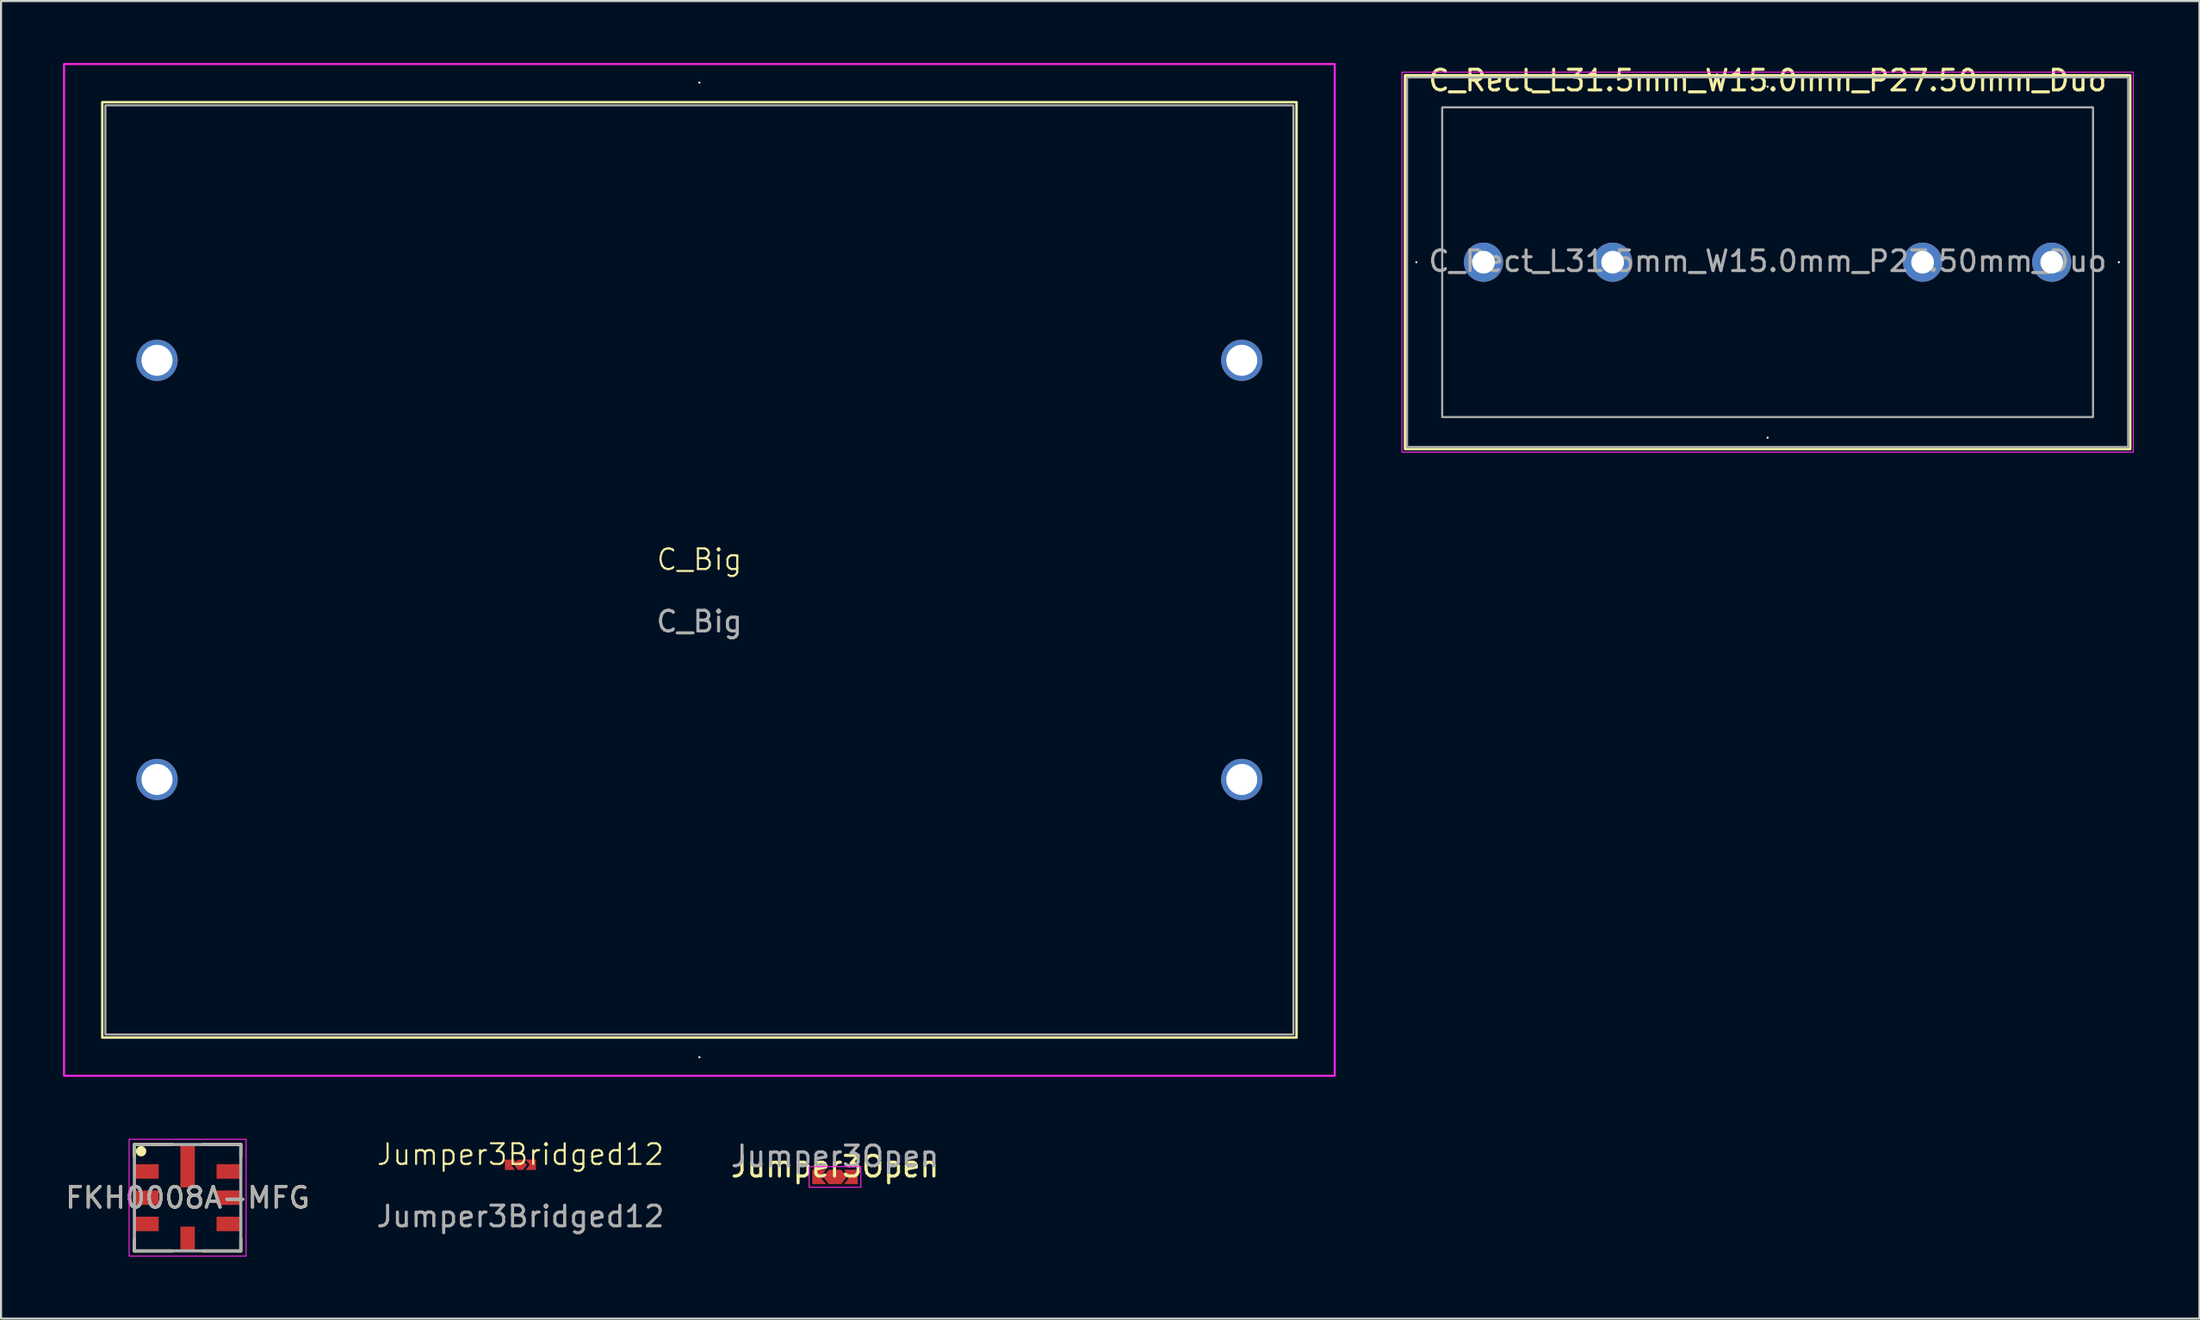
<source format=kicad_pcb>
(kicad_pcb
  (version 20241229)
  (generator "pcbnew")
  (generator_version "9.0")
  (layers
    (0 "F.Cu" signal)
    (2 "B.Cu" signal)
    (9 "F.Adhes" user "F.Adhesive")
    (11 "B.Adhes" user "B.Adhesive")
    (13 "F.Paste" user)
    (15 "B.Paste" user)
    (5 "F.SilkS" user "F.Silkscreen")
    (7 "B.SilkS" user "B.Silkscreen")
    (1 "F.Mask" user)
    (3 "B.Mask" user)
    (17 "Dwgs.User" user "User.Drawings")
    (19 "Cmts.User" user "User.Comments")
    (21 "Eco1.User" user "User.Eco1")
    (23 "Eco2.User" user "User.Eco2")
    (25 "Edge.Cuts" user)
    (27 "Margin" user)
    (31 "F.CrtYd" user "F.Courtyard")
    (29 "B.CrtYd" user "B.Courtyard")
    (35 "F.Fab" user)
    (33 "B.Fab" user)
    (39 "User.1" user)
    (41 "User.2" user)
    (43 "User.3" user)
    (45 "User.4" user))
  (footprint "FKH0008A-MFG"
    (layer "F.Cu")
    (at 6.03 54.955)
    (property "Reference" "FKH0008A-MFG" (at 0 0 0) (unlocked yes) (layer "F.SilkS") (effects (font (size 1 1) (thickness 0.15))))
    (attr smd)
    (fp_line (start -2.575 -2.575) (end -0.725 -2.575) (stroke (width 0.15) (type solid)) (layer "F.SilkS"))
    (fp_line (start -2.575 -1.995) (end -2.575 -2.575) (stroke (width 0.15) (type solid)) (layer "F.SilkS"))
    (fp_line (start -2.575 2.575) (end -2.575 1.995) (stroke (width 0.15) (type solid)) (layer "F.SilkS"))
    (fp_line (start -2.575 2.575) (end -0.725 2.575) (stroke (width 0.15) (type solid)) (layer "F.SilkS"))
    (fp_line (start 0.725 -2.575) (end 2.575 -2.575) (stroke (width 0.15) (type solid)) (layer "F.SilkS"))
    (fp_line (start 0.725 2.575) (end 2.575 2.575) (stroke (width 0.15) (type solid)) (layer "F.SilkS"))
    (fp_line (start 2.575 -1.995) (end 2.575 -2.575) (stroke (width 0.15) (type solid)) (layer "F.SilkS"))
    (fp_line (start 2.575 2.575) (end 2.575 1.995) (stroke (width 0.15) (type solid)) (layer "F.SilkS"))
    (fp_circle (center -2.25 -2.25) (end -2 -2.25) (stroke (width 0) (type solid)) (fill yes) (layer "F.SilkS"))
    (fp_poly (pts (xy -0.3 -1.625) (xy -0.35 -1.675) (xy -0.35 -2.55) (xy -0.3 -2.6) (xy 0.3 -2.6) (xy 0.35 -2.55) (xy 0.35 -1.675) (xy 0.3 -1.625)) (stroke (width 0) (type solid)) (fill yes) (layer "F.Paste"))
    (fp_poly (pts (xy 0.3 -1.475) (xy 0.35 -1.425) (xy 0.35 -0.55) (xy 0.3 -0.5) (xy -0.3 -0.5) (xy -0.35 -0.55) (xy -0.35 -1.425) (xy -0.3 -1.475)) (stroke (width 0) (type solid)) (fill yes) (layer "F.Paste"))
    (fp_rect (start -2.83 -2.83) (end 2.83 2.83) (stroke (width 0.05) (type default)) (fill no) (layer "F.CrtYd"))
    (fp_rect (start -2.575 -2.575) (end 2.575 2.575) (stroke (width 0.15) (type solid)) (fill no) (layer "F.Fab"))
    (fp_text user "${REFERENCE}" (at 0 0 0) (unlocked yes) (layer "F.Fab") (effects (font (size 1 1) (thickness 0.15))))
    (pad "1" smd rect (at -2 -1.27 90) (size 0.7 1.2) (layers "F.Cu" "F.Mask" "F.Paste"))
    (pad "2" smd rect (at -2 0 90) (size 0.7 1.2) (layers "F.Cu" "F.Mask" "F.Paste"))
    (pad "3" smd rect (at -2 1.27 90) (size 0.7 1.2) (layers "F.Cu" "F.Mask" "F.Paste"))
    (pad "4" smd rect (at 0 2) (size 0.7 1.2) (layers "F.Cu" "F.Mask" "F.Paste"))
    (pad "5" smd rect (at 2 1.27 90) (size 0.7 1.2) (layers "F.Cu" "F.Mask" "F.Paste"))
    (pad "6" smd rect (at 2 0 90) (size 0.7 1.2) (layers "F.Cu" "F.Mask" "F.Paste"))
    (pad "7" smd rect (at 2 -1.27 90) (size 0.7 1.2) (layers "F.Cu" "F.Mask" "F.Paste"))
    (pad "8" smd rect (at 0 -1.55) (size 0.7 2.1) (layers "F.Cu" "F.Mask")))
  (footprint "C_Big"
    (layer "F.Cu")
    (at 30.8 24.55)
    (property "Reference" "C_Big" (at 0 -0.5 0) (unlocked yes) (layer "F.SilkS") (effects (font (size 1 1) (thickness 0.1))))
    (attr through_hole)
    (fp_rect (start -28.9 -22.65) (end 28.9 22.65) (stroke (width 0.12) (type default)) (fill no) (layer "F.SilkS"))
    (fp_rect (start -30.75 -24.5) (end 30.75 24.5) (stroke (width 0.1) (type default)) (fill no) (layer "F.CrtYd"))
    (fp_rect (start -28.75 -22.5) (end 28.75 22.5) (stroke (width 0.1) (type default)) (fill no) (layer "F.Fab"))
    (fp_text user "${REFERENCE}" (at 0 2.5 0) (unlocked yes) (layer "F.Fab") (effects (font (size 1 1) (thickness 0.15))))
    (pad "" np_thru_hole circle (at 0 -23.6) (size 0.1 0.1) (drill 1.8) (layers "*.Cu" "*.Mask"))
    (pad "" np_thru_hole circle (at 0 23.6) (size 0.1 0.1) (drill 1.8) (layers "*.Cu" "*.Mask"))
    (pad "1" thru_hole circle (at -26.25 -10.15) (size 2 2) (drill 1.5) (layers "*.Cu" "F.Mask" "F.Paste"))
    (pad "1" thru_hole circle (at -26.25 10.15) (size 2 2) (drill 1.5) (layers "*.Cu" "F.Mask" "F.Paste"))
    (pad "2" thru_hole circle (at 26.25 -10.15) (size 2 2) (drill 1.5) (layers "*.Cu" "F.Mask" "F.Paste"))
    (pad "2" thru_hole circle (at 26.25 10.15) (size 2 2) (drill 1.5) (layers "*.Cu" "F.Mask" "F.Paste")))
  (footprint "Jumper3Bridged12"
    (layer "F.Cu")
    (at 22.137 53.361)
    (property "Reference" "Jumper3Bridged12" (at 0 -0.5 0) (unlocked yes) (layer "F.SilkS") (effects (font (size 1 1) (thickness 0.1))))
    (attr smd exclude_from_pos_files exclude_from_bom allow_missing_courtyard)
    (fp_text user "${REFERENCE}" (at 0 2.5 0) (unlocked yes) (layer "F.Fab") (effects (font (size 1 1) (thickness 0.15))))
    (pad "1" smd custom (at -0.65 0 180) (size 0.2 0.2) (layers "F.Cu" "F.Mask" "F.Paste") (options (anchor circle)) (primitives (gr_poly (pts (xy 0.1 0.25) (xy -0.4 0.25) (xy -0.2 0) (xy -0.4 -0.25) (xy 0.1 -0.25)) (width 0) (fill yes)) (gr_line (start -0.26 0.125) (end -0.47 0.125) (width 0.1))))
    (pad "2" smd custom (at -0.05 0) (size 0.2 1.27) (layers "F.Cu" "F.Mask" "F.Paste") (options (anchor circle)) (primitives (gr_poly (pts (xy 0.37 0) (xy 0.17 0.25) (xy -0.07 0.25) (xy -0.27 0) (xy -0.07 -0.25) (xy 0.17 -0.25)) (width 0) (fill yes)) (gr_poly (pts (xy 0.37 0) (xy 0.17 0.25) (xy -0.07 0.25) (xy -0.27 0) (xy -0.07 -0.25) (xy 0.17 -0.25)) (width 0) (fill yes))))
    (pad "3" smd custom (at 0.65 0) (size 0.2 0.2) (layers "F.Cu" "F.Mask" "F.Paste") (options (anchor circle)) (primitives (gr_poly (pts (xy -0.1 -0.07) (xy -0.098 -0.081) (xy -0.091 -0.091) (xy -0.081 -0.098) (xy -0.07 -0.1) (xy 0.07 -0.1) (xy 0.081 -0.098) (xy 0.091 -0.091) (xy 0.098 -0.081) (xy 0.1 -0.07) (xy 0.1 0.07) (xy 0.098 0.081) (xy 0.091 0.091) (xy 0.081 0.098) (xy 0.07 0.1) (xy -0.07 0.1) (xy -0.081 0.098) (xy -0.091 0.091) (xy -0.098 0.081) (xy -0.1 0.07)) (width 0) (fill yes)) (gr_poly (pts (xy 0.1 0.25) (xy -0.4 0.25) (xy -0.2 0) (xy -0.4 -0.25) (xy 0.1 -0.25)) (width 0) (fill yes)) (gr_poly (pts (xy -0.1 -0.07) (xy -0.098 -0.081) (xy -0.091 -0.091) (xy -0.081 -0.098) (xy -0.07 -0.1) (xy 0.07 -0.1) (xy 0.081 -0.098) (xy 0.091 -0.091) (xy 0.098 -0.081) (xy 0.1 -0.07) (xy 0.1 0.07) (xy 0.098 0.081) (xy 0.091 0.091) (xy 0.081 0.098) (xy 0.07 0.1) (xy -0.07 0.1) (xy -0.081 0.098) (xy -0.091 0.091) (xy -0.098 0.081) (xy -0.1 0.07)) (width 0) (fill yes)) (gr_poly (pts (xy 0.1 0.25) (xy -0.4 0.25) (xy -0.2 0) (xy -0.4 -0.25) (xy 0.1 -0.25)) (width 0) (fill yes)))))
  (footprint "C_Rect_L31.5mm_W15.0mm_P27.50mm_Duo"
    (layer "F.Cu")
    (at 82.5 9.648)
    (property "Reference" "C_Rect_L31.5mm_W15.0mm_P27.50mm_Duo" (at 0 -8.8 0) (layer "F.SilkS") (effects (font (size 1 1) (thickness 0.15))))
    (attr through_hole)
    (fp_rect (start -17.55 -9.05) (end 17.55 9.05) (stroke (width 0.12) (type solid)) (fill no) (layer "F.SilkS"))
    (fp_rect (start -17.7 -9.2) (end 17.7 9.2) (stroke (width 0.05) (type solid)) (fill no) (layer "F.CrtYd"))
    (fp_rect (start -17.45 -8.95) (end 17.45 8.95) (stroke (width 0.1) (type solid)) (fill no) (layer "F.Fab"))
    (fp_rect (start -15.75 -7.5) (end 15.75 7.5) (stroke (width 0.1) (type default)) (fill no) (layer "F.Fab"))
    (fp_text user "${REFERENCE}" (at 0 -0.05 0) (layer "F.Fab") (effects (font (size 1 1) (thickness 0.15))))
    (pad "" np_thru_hole circle (at -17 0) (size 0.1 0.1) (drill 1.8) (layers "*.Cu" "*.Mask"))
    (pad "" np_thru_hole circle (at 0 -8.5) (size 0.1 0.1) (drill 1.8) (layers "*.Cu" "*.Mask"))
    (pad "" np_thru_hole circle (at 0 8.5) (size 0.1 0.1) (drill 1.8) (layers "*.Cu" "*.Mask"))
    (pad "" np_thru_hole circle (at 17 0) (size 0.1 0.1) (drill 1.8) (layers "*.Cu" "*.Mask"))
    (pad "1" thru_hole circle (at -13.75 0) (size 1.9 1.9) (drill 1.1) (layers "*.Cu" "*.Mask"))
    (pad "1" thru_hole circle (at -7.5 0) (size 1.9 1.9) (drill 1.1) (layers "*.Cu" "*.Mask"))
    (pad "2" thru_hole circle (at 7.5 0) (size 1.9 1.9) (drill 1.1) (layers "*.Cu" "*.Mask"))
    (pad "2" thru_hole circle (at 13.75 0) (size 1.9 1.9) (drill 1.1) (layers "*.Cu" "*.Mask")))
  (footprint "Jumper3Open"
    (layer "F.Cu")
    (at 37.363 53.948)
    (property "Reference" "Jumper3Open" (at 0 -0.5 0) (unlocked yes) (layer "F.SilkS") (effects (font (size 1 1) (thickness 0.15))))
    (attr smd)
    (fp_rect (start -1.25 -0.5) (end 1.25 0.5) (stroke (width 0.05) (type default)) (fill no) (layer "F.CrtYd"))
    (fp_text user "${REFERENCE}" (at 0 -1 0) (unlocked yes) (layer "F.Fab") (effects (font (size 1 1) (thickness 0.15))))
    (pad "1" smd custom (at -0.9 0) (size 0.38 0.38) (layers "F.Cu" "F.Mask") (options (anchor circle)) (primitives (gr_poly (pts (xy -0.2 -0.35) (xy 0.47 -0.35) (xy 0.19 0) (xy 0.47 0.35) (xy -0.2 0.35)) (width 0) (fill yes))))
    (pad "2" smd custom (at 0 0) (size 0.6 0.6) (layers "F.Cu" "F.Mask") (options (anchor circle)) (primitives (gr_poly (pts (xy -0.3 -0.35) (xy -0.58 0) (xy -0.3 0.35) (xy 0.3 0.35) (xy 0.58 0) (xy 0.3 -0.35)) (width 0) (fill yes))))
    (pad "3" smd custom (at 0.9 0) (size 0.38 0.38) (layers "F.Cu" "F.Mask") (options (anchor circle)) (primitives (gr_poly (pts (xy -0.47 -0.35) (xy 0.2 -0.35) (xy 0.2 0.35) (xy -0.47 0.35) (xy -0.19 0)) (width 0) (fill yes)))))
  (gr_rect
    (start -3 -3)
    (end 103.4 60.81)
    (stroke (width 0.1) (type default))
    (fill no)
    (layer "Edge.Cuts")))
</source>
